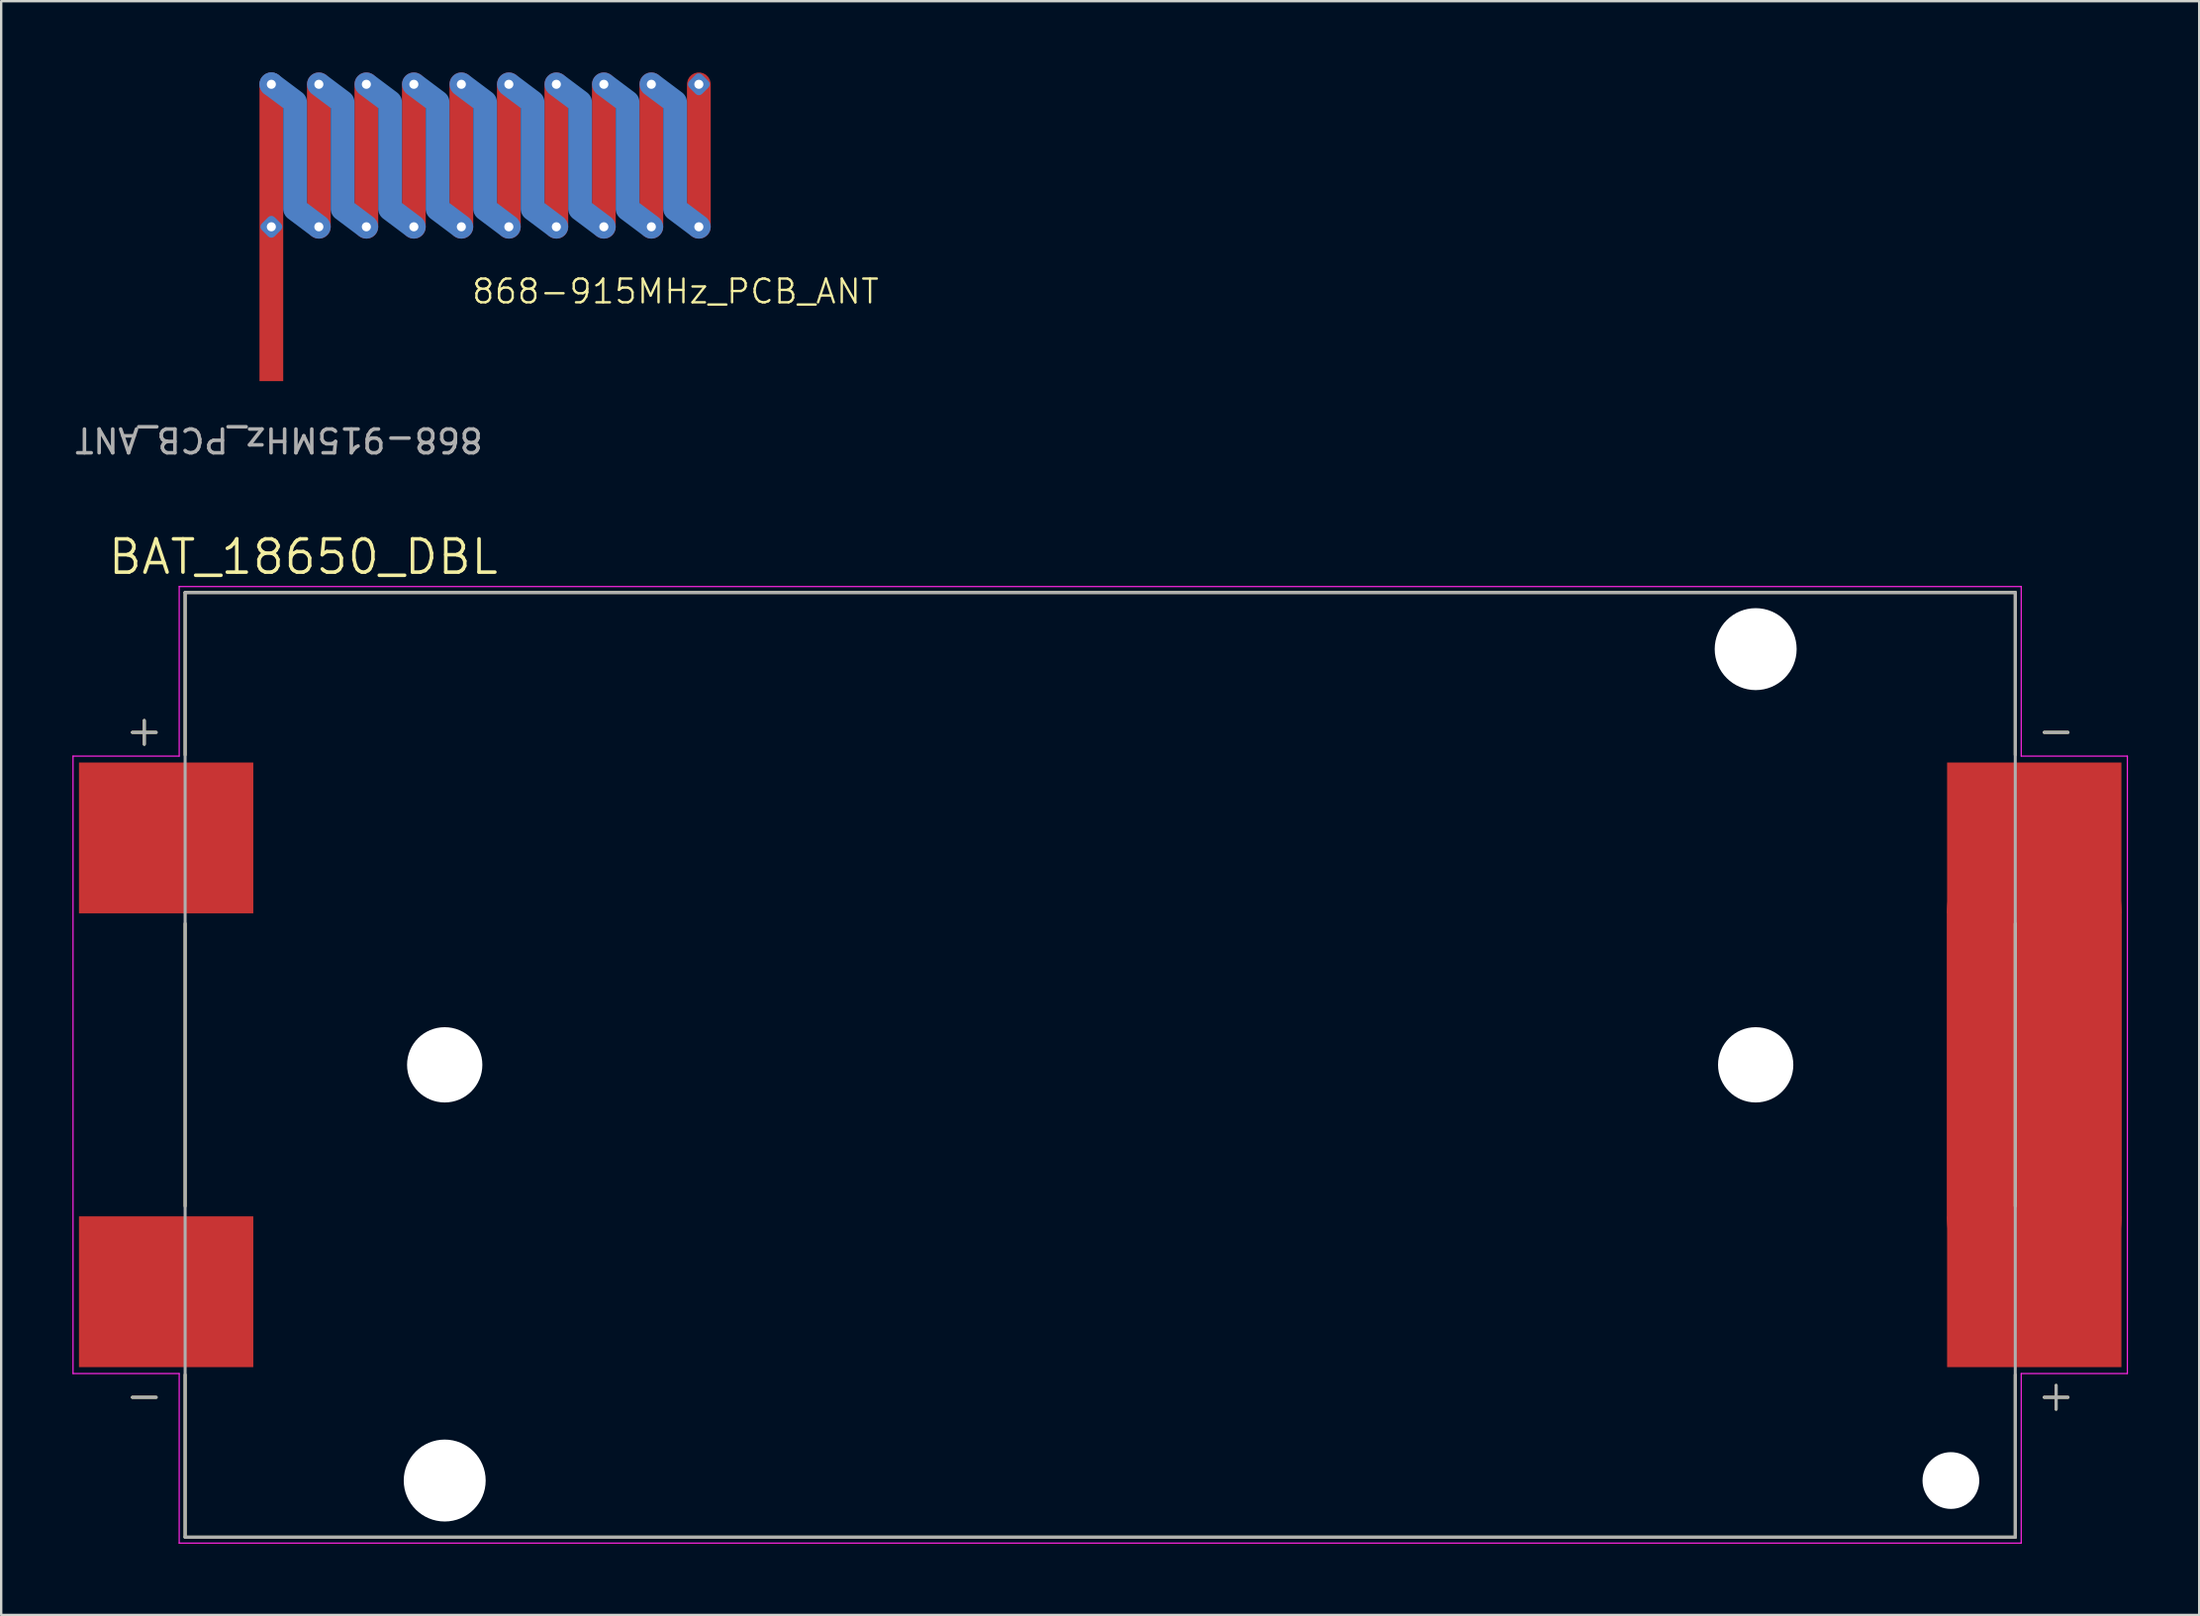
<source format=kicad_pcb>
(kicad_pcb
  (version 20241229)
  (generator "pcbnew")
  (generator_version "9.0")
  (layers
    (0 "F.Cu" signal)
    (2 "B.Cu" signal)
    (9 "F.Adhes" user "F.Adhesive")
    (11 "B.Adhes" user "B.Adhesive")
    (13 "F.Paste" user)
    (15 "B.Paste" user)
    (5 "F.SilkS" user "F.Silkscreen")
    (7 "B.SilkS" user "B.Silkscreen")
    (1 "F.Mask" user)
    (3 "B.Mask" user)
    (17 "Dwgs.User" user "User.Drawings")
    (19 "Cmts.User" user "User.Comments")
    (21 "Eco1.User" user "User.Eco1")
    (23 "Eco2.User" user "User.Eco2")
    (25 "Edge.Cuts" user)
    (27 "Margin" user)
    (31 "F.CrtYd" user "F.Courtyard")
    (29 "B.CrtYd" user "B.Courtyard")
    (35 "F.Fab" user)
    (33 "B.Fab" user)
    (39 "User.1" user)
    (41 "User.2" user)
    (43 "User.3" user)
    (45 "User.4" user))
  (footprint "BAT_18650_DBL"
    (layer "F.Cu")
    (at 43.275 41.789)
    (property "Reference" "BAT_18650_DBL" (at -33.555 -21.389 0) (layer "F.SilkS") (effects (font (size 1.4 1.4) (thickness 0.15))))
    (attr through_hole)
    (fp_line (start 39.33 -6.38) (end 39.33 6.38) (stroke (width 7.366) (type default)) (layer "F.Cu"))
    (fp_line (start -40.75 -14) (end -39.75 -14) (stroke (width 0.127) (type solid)) (layer "F.SilkS"))
    (fp_line (start -40.75 14) (end -39.75 14) (stroke (width 0.127) (type solid)) (layer "F.SilkS"))
    (fp_line (start -40.25 -14.5) (end -40.25 -13.5) (stroke (width 0.127) (type solid)) (layer "F.SilkS"))
    (fp_line (start -38.53 -19.89) (end 38.53 -19.89) (stroke (width 0.127) (type solid)) (layer "F.SilkS"))
    (fp_line (start -38.53 -13.05) (end -38.53 -19.89) (stroke (width 0.127) (type solid)) (layer "F.SilkS"))
    (fp_line (start -38.53 -5.95) (end -38.53 5.95) (stroke (width 0.127) (type solid)) (layer "F.SilkS"))
    (fp_line (start -38.53 13.05) (end -38.53 19.89) (stroke (width 0.127) (type solid)) (layer "F.SilkS"))
    (fp_line (start -38.53 19.89) (end 38.53 19.89) (stroke (width 0.127) (type solid)) (layer "F.SilkS"))
    (fp_line (start 38.53 -19.89) (end 38.53 -13.05) (stroke (width 0.127) (type solid)) (layer "F.SilkS"))
    (fp_line (start 38.53 -5.95) (end 38.53 5.95) (stroke (width 0.127) (type solid)) (layer "F.SilkS"))
    (fp_line (start 38.53 19.89) (end 38.53 13.05) (stroke (width 0.127) (type solid)) (layer "F.SilkS"))
    (fp_line (start 40.25 14.5) (end 40.25 13.5) (stroke (width 0.127) (type solid)) (layer "F.SilkS"))
    (fp_line (start 40.75 -14) (end 39.75 -14) (stroke (width 0.127) (type solid)) (layer "F.SilkS"))
    (fp_line (start 40.75 14) (end 39.75 14) (stroke (width 0.127) (type solid)) (layer "F.SilkS"))
    (fp_line (start -43.25 -13) (end -38.78 -13) (stroke (width 0.05) (type solid)) (layer "F.CrtYd"))
    (fp_line (start -43.25 13) (end -43.25 -13) (stroke (width 0.05) (type solid)) (layer "F.CrtYd"))
    (fp_line (start -38.78 -20.14) (end 38.78 -20.14) (stroke (width 0.05) (type solid)) (layer "F.CrtYd"))
    (fp_line (start -38.78 -13) (end -38.78 -20.14) (stroke (width 0.05) (type solid)) (layer "F.CrtYd"))
    (fp_line (start -38.78 13) (end -43.25 13) (stroke (width 0.05) (type solid)) (layer "F.CrtYd"))
    (fp_line (start -38.78 20.14) (end -38.78 13) (stroke (width 0.05) (type solid)) (layer "F.CrtYd"))
    (fp_line (start 38.78 -20.14) (end 38.78 -13) (stroke (width 0.05) (type solid)) (layer "F.CrtYd"))
    (fp_line (start 38.78 -13) (end 43.25 -13) (stroke (width 0.05) (type solid)) (layer "F.CrtYd"))
    (fp_line (start 38.78 13) (end 38.78 20.14) (stroke (width 0.05) (type solid)) (layer "F.CrtYd"))
    (fp_line (start 38.78 20.14) (end -38.78 20.14) (stroke (width 0.05) (type solid)) (layer "F.CrtYd"))
    (fp_line (start 43.25 -13) (end 43.25 13) (stroke (width 0.05) (type solid)) (layer "F.CrtYd"))
    (fp_line (start 43.25 13) (end 38.78 13) (stroke (width 0.05) (type solid)) (layer "F.CrtYd"))
    (fp_line (start -40.75 -14) (end -39.75 -14) (stroke (width 0.127) (type solid)) (layer "F.Fab"))
    (fp_line (start -40.75 14) (end -39.75 14) (stroke (width 0.127) (type solid)) (layer "F.Fab"))
    (fp_line (start -40.25 -14.5) (end -40.25 -13.5) (stroke (width 0.127) (type solid)) (layer "F.Fab"))
    (fp_line (start -38.53 -19.89) (end 38.53 -19.89) (stroke (width 0.127) (type solid)) (layer "F.Fab"))
    (fp_line (start -38.53 19.89) (end -38.53 -19.89) (stroke (width 0.127) (type solid)) (layer "F.Fab"))
    (fp_line (start 38.53 -19.89) (end 38.53 19.89) (stroke (width 0.127) (type solid)) (layer "F.Fab"))
    (fp_line (start 38.53 19.89) (end -38.53 19.89) (stroke (width 0.127) (type solid)) (layer "F.Fab"))
    (fp_line (start 40.25 14.5) (end 40.25 13.5) (stroke (width 0.127) (type solid)) (layer "F.Fab"))
    (fp_line (start 40.75 -14) (end 39.75 -14) (stroke (width 0.127) (type solid)) (layer "F.Fab"))
    (fp_line (start 40.75 14) (end 39.75 14) (stroke (width 0.127) (type solid)) (layer "F.Fab"))
    (pad "" np_thru_hole circle (at -27.6 0) (size 3.17 3.17) (drill 3.17) (layers "*.Cu" "*.Mask"))
    (pad "" np_thru_hole circle (at -27.6 17.505) (size 3.45 3.45) (drill 3.45) (layers "*.Cu" "*.Mask"))
    (pad "" np_thru_hole circle (at 27.6 -17.505) (size 3.45 3.45) (drill 3.45) (layers "*.Cu" "*.Mask"))
    (pad "" np_thru_hole circle (at 27.6 0) (size 3.17 3.17) (drill 3.17) (layers "*.Cu" "*.Mask"))
    (pad "" np_thru_hole circle (at 35.82 17.505) (size 2.39 2.39) (drill 2.39) (layers "*.Cu" "*.Mask"))
    (pad "1" smd rect (at -39.33 -9.555) (size 7.34 6.35) (layers "F.Cu" "F.Mask" "F.Paste"))
    (pad "2" smd rect (at 39.33 -9.555) (size 7.34 6.35) (layers "F.Cu" "F.Mask" "F.Paste"))
    (pad "3" smd rect (at 39.33 9.555) (size 7.34 6.35) (layers "F.Cu" "F.Mask" "F.Paste"))
    (pad "4" smd rect (at -39.33 9.555) (size 7.34 6.35) (layers "F.Cu" "F.Mask" "F.Paste")))
  (footprint "868-915MHz_PCB_ANT"
    (layer "F.Cu")
    (at 8.376 13)
    (property "Reference" "868-915MHz_PCB_ANT" (at 17.017 -3.778 0) (unlocked yes) (layer "F.SilkS") (effects (font (size 1 1) (thickness 0.1))))
    (attr smd)
    (fp_text user "${REFERENCE}" (at 0.32 2.47 180) (unlocked yes) (layer "F.Fab") (effects (font (size 1 1) (thickness 0.15))))
    (pad "1" thru_hole roundrect (at 0 -12.5 45) (size 0.762 0.762) (drill 0.381) (property pad_prop_castellated) (layers "*.Cu" "*.Mask") (remove_unused_layers yes) (keep_end_layers yes) (zone_layer_connections) (roundrect_rratio 0.25))
    (pad "1" smd circle (at 0 -12.5) (size 1 1) (layers "B.Cu"))
    (pad "1" thru_hole roundrect (at 0 -6.5 45) (size 0.762 0.762) (drill 0.381) (property pad_prop_castellated) (layers "*.Cu" "*.Mask") (remove_unused_layers yes) (keep_end_layers yes) (zone_layer_connections) (roundrect_rratio 0.25))
    (pad "1" smd custom (at 0 -0.5) (size 1 1) (layers "F.Cu") (options (anchor rect)) (primitives (gr_line (start 0 0) (end 0 -6) (width 1)) (gr_line (start 0 -6) (end 0 -12) (width 1))))
    (pad "1" smd custom (at 1 -9.32) (size 1 1) (layers "B.Cu") (options (anchor rect)) (primitives (gr_line (start 0 -2.43) (end 0 2.07) (width 1)) (gr_line (start 0 2.07) (end 1 2.82) (width 1)) (gr_line (start -1 -3.18) (end 0 -2.43) (width 1))))
    (pad "1" thru_hole roundrect (at 2 -12.5 45) (size 0.762 0.762) (drill 0.381) (property pad_prop_castellated) (layers "*.Cu" "*.Mask") (remove_unused_layers yes) (keep_end_layers yes) (zone_layer_connections) (roundrect_rratio 0.25))
    (pad "1" smd custom (at 2 -9.5) (size 1 1) (layers "F.Cu") (options (anchor rect)) (primitives (gr_line (start 0 -3) (end 0 3) (width 1))))
    (pad "1" thru_hole roundrect (at 2 -6.5 45) (size 0.762 0.762) (drill 0.381) (property pad_prop_castellated) (layers "*.Cu" "*.Mask") (remove_unused_layers yes) (keep_end_layers yes) (zone_layer_connections) (roundrect_rratio 0.25))
    (pad "1" smd custom (at 3 -9.3) (size 1 1) (layers "B.Cu") (options (anchor rect)) (primitives (gr_line (start 0 -2.45) (end 0 2.05) (width 1)) (gr_line (start 0 2.05) (end 1 2.8) (width 1)) (gr_line (start -1 -3.2) (end 0 -2.45) (width 1))))
    (pad "1" thru_hole roundrect (at 4 -12.5 45) (size 0.762 0.762) (drill 0.381) (property pad_prop_castellated) (layers "*.Cu" "*.Mask") (remove_unused_layers yes) (keep_end_layers yes) (zone_layer_connections) (roundrect_rratio 0.25))
    (pad "1" smd custom (at 4 -9.4) (size 1 1) (layers "F.Cu") (options (anchor rect)) (primitives (gr_line (start 0 -3.1) (end 0 2.9) (width 1))))
    (pad "1" thru_hole roundrect (at 4 -6.5 45) (size 0.762 0.762) (drill 0.381) (property pad_prop_castellated) (layers "*.Cu" "*.Mask") (remove_unused_layers yes) (keep_end_layers yes) (zone_layer_connections) (roundrect_rratio 0.25))
    (pad "1" smd custom (at 5 -9.3) (size 1 1) (layers "B.Cu") (options (anchor rect)) (primitives (gr_line (start 0 -2.45) (end 0 2.05) (width 1)) (gr_line (start 0 2.05) (end 1 2.8) (width 1)) (gr_line (start -1 -3.2) (end 0 -2.45) (width 1))))
    (pad "1" thru_hole roundrect (at 6 -12.5 45) (size 0.762 0.762) (drill 0.381) (property pad_prop_castellated) (layers "*.Cu" "*.Mask") (remove_unused_layers yes) (keep_end_layers yes) (zone_layer_connections) (roundrect_rratio 0.25))
    (pad "1" smd custom (at 6 -9.4) (size 1 1) (layers "F.Cu") (options (anchor rect)) (primitives (gr_line (start 0 -3.1) (end 0 2.9) (width 1))))
    (pad "1" thru_hole roundrect (at 6 -6.5 45) (size 0.762 0.762) (drill 0.381) (property pad_prop_castellated) (layers "*.Cu" "*.Mask") (remove_unused_layers yes) (keep_end_layers yes) (zone_layer_connections) (roundrect_rratio 0.25))
    (pad "1" smd custom (at 7 -9.3) (size 1 1) (layers "B.Cu") (options (anchor rect)) (primitives (gr_line (start 0 -2.45) (end 0 2.05) (width 1)) (gr_line (start 0 2.05) (end 1 2.8) (width 1)) (gr_line (start -1 -3.2) (end 0 -2.45) (width 1))))
    (pad "1" thru_hole roundrect (at 8 -12.5 45) (size 0.762 0.762) (drill 0.381) (property pad_prop_castellated) (layers "*.Cu" "*.Mask") (remove_unused_layers yes) (keep_end_layers yes) (zone_layer_connections) (roundrect_rratio 0.25))
    (pad "1" smd custom (at 8 -9.5) (size 1 1) (layers "F.Cu") (options (anchor rect)) (primitives (gr_line (start 0 -3) (end 0 3) (width 1))))
    (pad "1" thru_hole roundrect (at 8 -6.5 45) (size 0.762 0.762) (drill 0.381) (property pad_prop_castellated) (layers "*.Cu" "*.Mask") (remove_unused_layers yes) (keep_end_layers yes) (zone_layer_connections) (roundrect_rratio 0.25))
    (pad "1" smd custom (at 9 -9.3) (size 1 1) (layers "B.Cu") (options (anchor rect)) (primitives (gr_line (start 0 -2.45) (end 0 2.05) (width 1)) (gr_line (start 0 2.05) (end 1 2.8) (width 1)) (gr_line (start -1 -3.2) (end 0 -2.45) (width 1))))
    (pad "1" thru_hole roundrect (at 10 -12.5 45) (size 0.762 0.762) (drill 0.381) (property pad_prop_castellated) (layers "*.Cu" "*.Mask") (remove_unused_layers yes) (keep_end_layers yes) (zone_layer_connections) (roundrect_rratio 0.25))
    (pad "1" smd custom (at 10 -9.5) (size 1 1) (layers "F.Cu") (options (anchor rect)) (primitives (gr_line (start 0 -3) (end 0 3) (width 1))))
    (pad "1" thru_hole roundrect (at 10 -6.5 45) (size 0.762 0.762) (drill 0.381) (property pad_prop_castellated) (layers "*.Cu" "*.Mask") (remove_unused_layers yes) (keep_end_layers yes) (zone_layer_connections) (roundrect_rratio 0.25))
    (pad "1" smd custom (at 11 -9.3) (size 1 1) (layers "B.Cu") (options (anchor rect)) (primitives (gr_line (start 0 -2.45) (end 0 2.05) (width 1)) (gr_line (start 1 2.8) (end 0 2.05) (width 1)) (gr_line (start 0 -2.45) (end -1 -3.2) (width 1))))
    (pad "1" thru_hole roundrect (at 12 -12.5 45) (size 0.762 0.762) (drill 0.381) (property pad_prop_castellated) (layers "*.Cu" "*.Mask") (remove_unused_layers yes) (keep_end_layers yes) (zone_layer_connections) (roundrect_rratio 0.25))
    (pad "1" smd custom (at 12 -9.5) (size 1 1) (layers "F.Cu") (options (anchor rect)) (primitives (gr_line (start 0 -3) (end 0 3) (width 1))))
    (pad "1" thru_hole roundrect (at 12 -6.5 45) (size 0.762 0.762) (drill 0.381) (property pad_prop_castellated) (layers "*.Cu" "*.Mask") (remove_unused_layers yes) (keep_end_layers yes) (zone_layer_connections) (roundrect_rratio 0.25))
    (pad "1" smd custom (at 13 -9.3) (size 1 1) (layers "B.Cu") (options (anchor rect)) (primitives (gr_line (start 0 -2.45) (end 0 2.05) (width 1)) (gr_line (start 0 2.05) (end 1 2.8) (width 1)) (gr_line (start -1 -3.2) (end 0 -2.45) (width 1))))
    (pad "1" thru_hole roundrect (at 14 -12.5 45) (size 0.762 0.762) (drill 0.381) (property pad_prop_castellated) (layers "*.Cu" "*.Mask") (remove_unused_layers yes) (keep_end_layers yes) (zone_layer_connections) (roundrect_rratio 0.25))
    (pad "1" smd custom (at 14 -9.5) (size 1 1) (layers "F.Cu") (options (anchor rect)) (primitives (gr_line (start 0 -3) (end 0 3) (width 1))))
    (pad "1" thru_hole roundrect (at 14 -6.5 45) (size 0.762 0.762) (drill 0.381) (property pad_prop_castellated) (layers "*.Cu" "*.Mask") (remove_unused_layers yes) (keep_end_layers yes) (zone_layer_connections) (roundrect_rratio 0.25))
    (pad "1" smd custom (at 15 -9.4) (size 1 1) (layers "B.Cu") (options (anchor rect)) (primitives (gr_line (start 0 -2.35) (end 0 2.15) (width 1)) (gr_line (start 0 2.15) (end 1 2.9) (width 1)) (gr_line (start -1 -3.1) (end 0 -2.35) (width 1))))
    (pad "1" thru_hole roundrect (at 16 -12.5 45) (size 0.762 0.762) (drill 0.381) (property pad_prop_castellated) (layers "*.Cu" "*.Mask") (remove_unused_layers yes) (keep_end_layers yes) (zone_layer_connections) (roundrect_rratio 0.25))
    (pad "1" smd custom (at 16 -9.6) (size 1 1) (layers "F.Cu") (options (anchor rect)) (primitives (gr_line (start 0 -2.9) (end 0 3.1) (width 1))))
    (pad "1" thru_hole roundrect (at 16 -6.5 45) (size 0.762 0.762) (drill 0.381) (property pad_prop_castellated) (layers "*.Cu" "*.Mask") (remove_unused_layers yes) (keep_end_layers yes) (zone_layer_connections) (roundrect_rratio 0.25))
    (pad "1" smd custom (at 17 -9.5) (size 1 1) (layers "B.Cu") (options (anchor rect)) (primitives (gr_line (start 0 -2.25) (end 0 2.25) (width 1)) (gr_line (start 0 2.25) (end 1 3) (width 1)) (gr_line (start -1 -3) (end 0 -2.25) (width 1))))
    (pad "1" thru_hole roundrect (at 18 -12.5 45) (size 0.762 0.762) (drill 0.381) (property pad_prop_castellated) (layers "*.Cu" "*.Mask") (remove_unused_layers yes) (keep_end_layers yes) (zone_layer_connections) (roundrect_rratio 0.25))
    (pad "1" smd custom (at 18 -9.6) (size 1 1) (layers "F.Cu") (options (anchor rect)) (primitives (gr_line (start 0 -2.9) (end 0 3.1) (width 1))))
    (pad "1" thru_hole roundrect (at 18 -6.5 45) (size 0.762 0.762) (drill 0.381) (property pad_prop_castellated) (layers "*.Cu" "*.Mask") (remove_unused_layers yes) (keep_end_layers yes) (zone_layer_connections) (roundrect_rratio 0.25)))
  (gr_rect
    (start -3 -3)
    (end 89.55 64.954)
    (stroke (width 0.1) (type default))
    (fill no)
    (layer "Edge.Cuts")))
</source>
